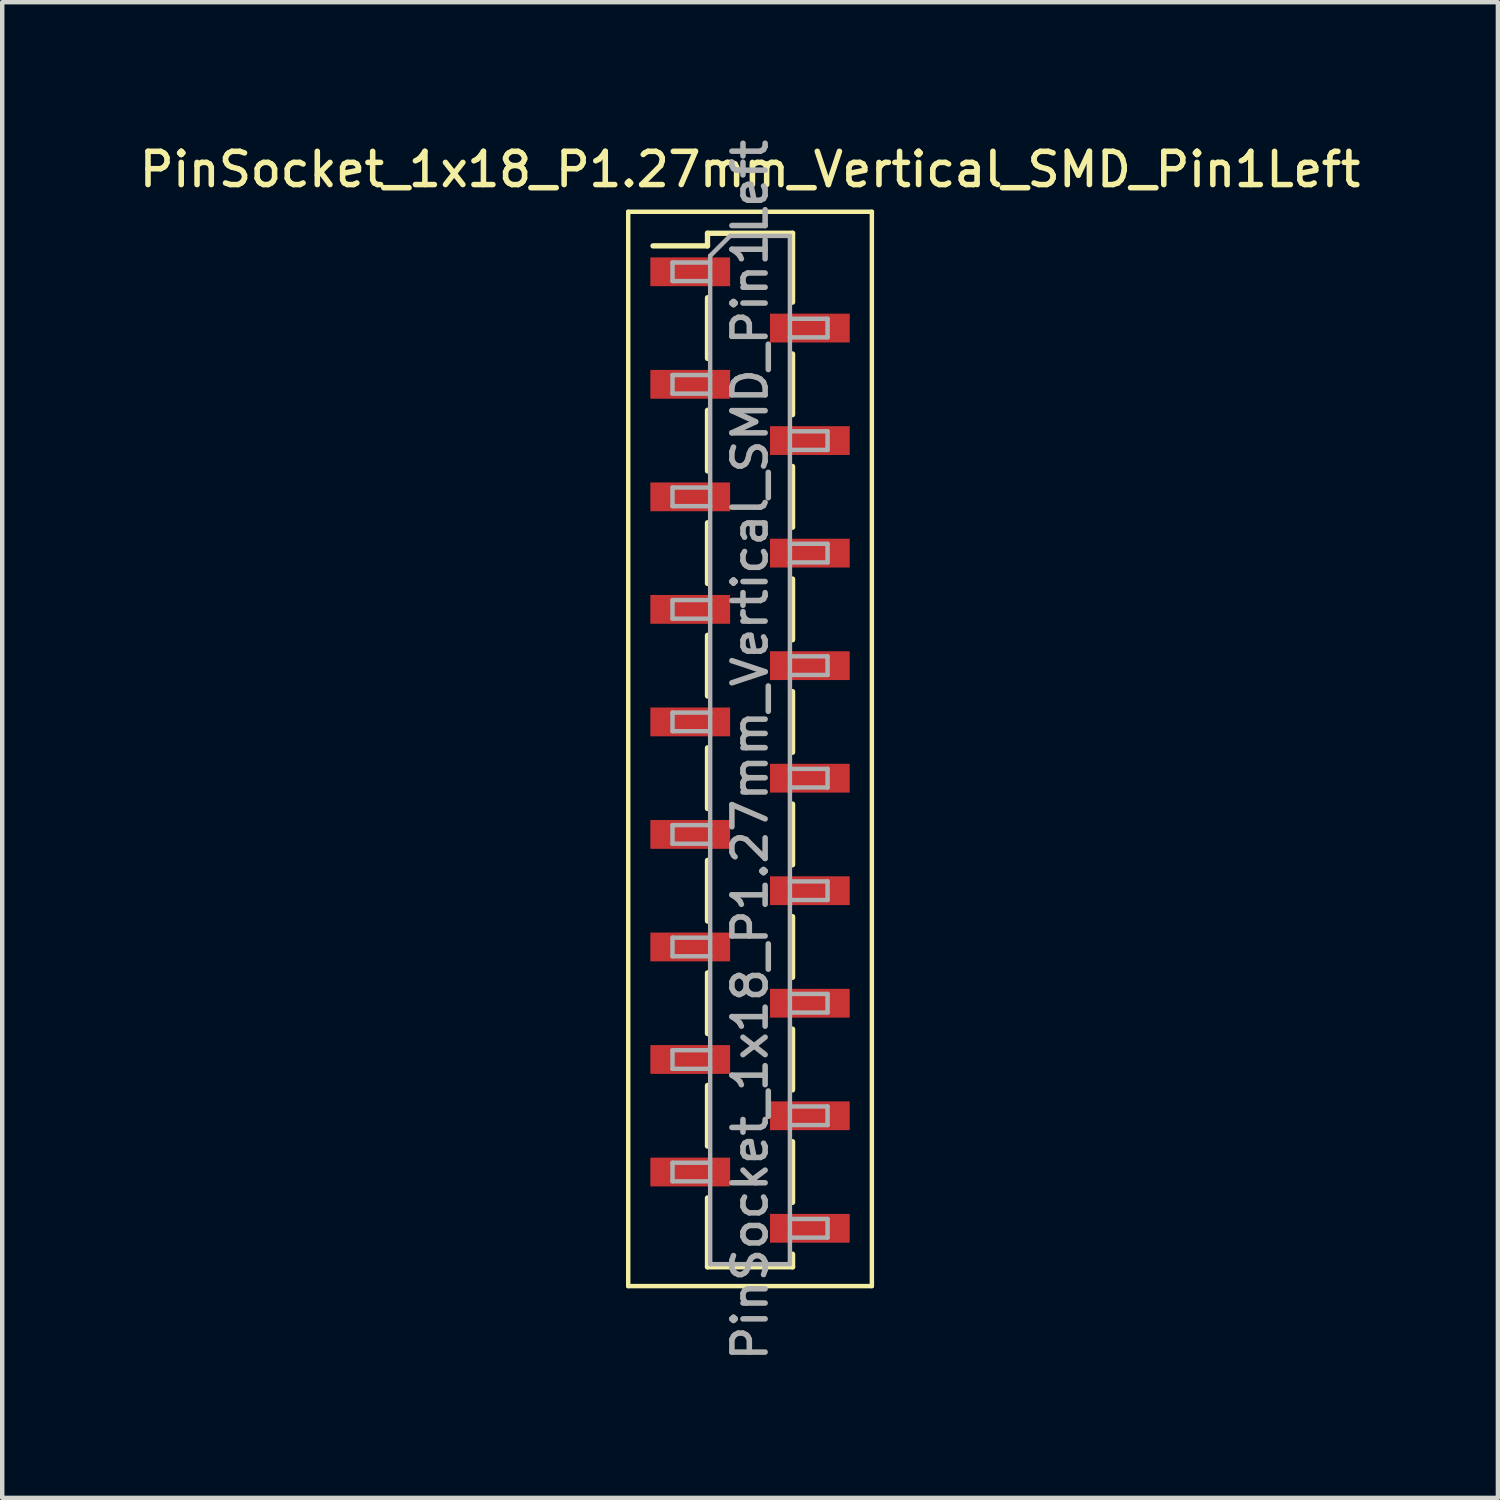
<source format=kicad_pcb>
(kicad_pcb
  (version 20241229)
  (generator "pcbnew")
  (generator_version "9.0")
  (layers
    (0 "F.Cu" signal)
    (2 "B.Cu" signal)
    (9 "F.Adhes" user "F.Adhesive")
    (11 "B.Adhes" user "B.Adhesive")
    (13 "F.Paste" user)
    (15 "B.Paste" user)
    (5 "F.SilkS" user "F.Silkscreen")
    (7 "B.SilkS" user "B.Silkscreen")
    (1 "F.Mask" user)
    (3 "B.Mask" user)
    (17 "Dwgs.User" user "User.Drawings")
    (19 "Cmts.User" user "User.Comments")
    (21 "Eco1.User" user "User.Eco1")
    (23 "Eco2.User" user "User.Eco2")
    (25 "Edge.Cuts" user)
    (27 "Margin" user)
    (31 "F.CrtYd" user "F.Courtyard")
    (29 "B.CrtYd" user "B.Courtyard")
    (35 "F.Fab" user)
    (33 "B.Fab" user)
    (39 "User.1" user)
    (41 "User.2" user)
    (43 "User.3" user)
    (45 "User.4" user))
  (footprint "PinSocket_1x18_P1.27mm_Vertical_SMD_Pin1Left"
    (layer "F.Cu")
    (at 13.88 13.88)
    (property "Reference" "PinSocket_1x18_P1.27mm_Vertical_SMD_Pin1Left" (at 0 -13.105 0) (layer "F.SilkS") (effects (font (size 0.75 0.75) (thickness 0.125))))
    (attr smd)
    (fp_line (start -2.75 -12.15) (end 2.75 -12.15) (stroke (width 0.1) (type solid)) (layer "F.SilkS"))
    (fp_line (start -2.75 12.1) (end -2.75 -12.15) (stroke (width 0.1) (type solid)) (layer "F.SilkS"))
    (fp_line (start -2.19 -11.38) (end -0.96 -11.38) (stroke (width 0.12) (type solid)) (layer "F.SilkS"))
    (fp_line (start -0.96 -11.665) (end -0.96 -11.38) (stroke (width 0.12) (type solid)) (layer "F.SilkS"))
    (fp_line (start -0.96 -11.665) (end 0.96 -11.665) (stroke (width 0.12) (type solid)) (layer "F.SilkS"))
    (fp_line (start -0.96 -10.21) (end -0.96 -8.84) (stroke (width 0.12) (type solid)) (layer "F.SilkS"))
    (fp_line (start -0.96 -7.67) (end -0.96 -6.3) (stroke (width 0.12) (type solid)) (layer "F.SilkS"))
    (fp_line (start -0.96 -5.13) (end -0.96 -3.76) (stroke (width 0.12) (type solid)) (layer "F.SilkS"))
    (fp_line (start -0.96 -2.59) (end -0.96 -1.22) (stroke (width 0.12) (type solid)) (layer "F.SilkS"))
    (fp_line (start -0.96 -0.05) (end -0.96 1.32) (stroke (width 0.12) (type solid)) (layer "F.SilkS"))
    (fp_line (start -0.96 2.49) (end -0.96 3.86) (stroke (width 0.12) (type solid)) (layer "F.SilkS"))
    (fp_line (start -0.96 5.03) (end -0.96 6.4) (stroke (width 0.12) (type solid)) (layer "F.SilkS"))
    (fp_line (start -0.96 7.57) (end -0.96 8.94) (stroke (width 0.12) (type solid)) (layer "F.SilkS"))
    (fp_line (start -0.96 10.11) (end -0.96 11.665) (stroke (width 0.12) (type solid)) (layer "F.SilkS"))
    (fp_line (start -0.96 11.665) (end 0.96 11.665) (stroke (width 0.12) (type solid)) (layer "F.SilkS"))
    (fp_line (start 0.96 -11.665) (end 0.96 -10.11) (stroke (width 0.12) (type solid)) (layer "F.SilkS"))
    (fp_line (start 0.96 -8.94) (end 0.96 -7.57) (stroke (width 0.12) (type solid)) (layer "F.SilkS"))
    (fp_line (start 0.96 -6.4) (end 0.96 -5.03) (stroke (width 0.12) (type solid)) (layer "F.SilkS"))
    (fp_line (start 0.96 -3.86) (end 0.96 -2.49) (stroke (width 0.12) (type solid)) (layer "F.SilkS"))
    (fp_line (start 0.96 -1.32) (end 0.96 0.05) (stroke (width 0.12) (type solid)) (layer "F.SilkS"))
    (fp_line (start 0.96 1.22) (end 0.96 2.59) (stroke (width 0.12) (type solid)) (layer "F.SilkS"))
    (fp_line (start 0.96 3.76) (end 0.96 5.13) (stroke (width 0.12) (type solid)) (layer "F.SilkS"))
    (fp_line (start 0.96 6.3) (end 0.96 7.67) (stroke (width 0.12) (type solid)) (layer "F.SilkS"))
    (fp_line (start 0.96 8.84) (end 0.96 10.21) (stroke (width 0.12) (type solid)) (layer "F.SilkS"))
    (fp_line (start 0.96 11.38) (end 0.96 11.665) (stroke (width 0.12) (type solid)) (layer "F.SilkS"))
    (fp_line (start 2.75 -12.15) (end 2.75 12.1) (stroke (width 0.1) (type solid)) (layer "F.SilkS"))
    (fp_line (start 2.75 12.1) (end -2.75 12.1) (stroke (width 0.1) (type solid)) (layer "F.SilkS"))
    (fp_line (start -1.75 -11.005) (end -0.9 -11.005) (stroke (width 0.1) (type solid)) (layer "F.Fab"))
    (fp_line (start -1.75 -10.585) (end -1.75 -11.005) (stroke (width 0.1) (type solid)) (layer "F.Fab"))
    (fp_line (start -1.75 -8.465) (end -0.9 -8.465) (stroke (width 0.1) (type solid)) (layer "F.Fab"))
    (fp_line (start -1.75 -8.045) (end -1.75 -8.465) (stroke (width 0.1) (type solid)) (layer "F.Fab"))
    (fp_line (start -1.75 -5.925) (end -0.9 -5.925) (stroke (width 0.1) (type solid)) (layer "F.Fab"))
    (fp_line (start -1.75 -5.505) (end -1.75 -5.925) (stroke (width 0.1) (type solid)) (layer "F.Fab"))
    (fp_line (start -1.75 -3.385) (end -0.9 -3.385) (stroke (width 0.1) (type solid)) (layer "F.Fab"))
    (fp_line (start -1.75 -2.965) (end -1.75 -3.385) (stroke (width 0.1) (type solid)) (layer "F.Fab"))
    (fp_line (start -1.75 -0.845) (end -0.9 -0.845) (stroke (width 0.1) (type solid)) (layer "F.Fab"))
    (fp_line (start -1.75 -0.425) (end -1.75 -0.845) (stroke (width 0.1) (type solid)) (layer "F.Fab"))
    (fp_line (start -1.75 1.695) (end -0.9 1.695) (stroke (width 0.1) (type solid)) (layer "F.Fab"))
    (fp_line (start -1.75 2.115) (end -1.75 1.695) (stroke (width 0.1) (type solid)) (layer "F.Fab"))
    (fp_line (start -1.75 4.235) (end -0.9 4.235) (stroke (width 0.1) (type solid)) (layer "F.Fab"))
    (fp_line (start -1.75 4.655) (end -1.75 4.235) (stroke (width 0.1) (type solid)) (layer "F.Fab"))
    (fp_line (start -1.75 6.775) (end -0.9 6.775) (stroke (width 0.1) (type solid)) (layer "F.Fab"))
    (fp_line (start -1.75 7.195) (end -1.75 6.775) (stroke (width 0.1) (type solid)) (layer "F.Fab"))
    (fp_line (start -1.75 9.315) (end -0.9 9.315) (stroke (width 0.1) (type solid)) (layer "F.Fab"))
    (fp_line (start -1.75 9.735) (end -1.75 9.315) (stroke (width 0.1) (type solid)) (layer "F.Fab"))
    (fp_line (start -0.9 -11.155) (end -0.45 -11.605) (stroke (width 0.1) (type solid)) (layer "F.Fab"))
    (fp_line (start -0.9 -10.585) (end -1.75 -10.585) (stroke (width 0.1) (type solid)) (layer "F.Fab"))
    (fp_line (start -0.9 -8.045) (end -1.75 -8.045) (stroke (width 0.1) (type solid)) (layer "F.Fab"))
    (fp_line (start -0.9 -5.505) (end -1.75 -5.505) (stroke (width 0.1) (type solid)) (layer "F.Fab"))
    (fp_line (start -0.9 -2.965) (end -1.75 -2.965) (stroke (width 0.1) (type solid)) (layer "F.Fab"))
    (fp_line (start -0.9 -0.425) (end -1.75 -0.425) (stroke (width 0.1) (type solid)) (layer "F.Fab"))
    (fp_line (start -0.9 2.115) (end -1.75 2.115) (stroke (width 0.1) (type solid)) (layer "F.Fab"))
    (fp_line (start -0.9 4.655) (end -1.75 4.655) (stroke (width 0.1) (type solid)) (layer "F.Fab"))
    (fp_line (start -0.9 7.195) (end -1.75 7.195) (stroke (width 0.1) (type solid)) (layer "F.Fab"))
    (fp_line (start -0.9 9.735) (end -1.75 9.735) (stroke (width 0.1) (type solid)) (layer "F.Fab"))
    (fp_line (start -0.9 11.605) (end -0.9 -11.155) (stroke (width 0.1) (type solid)) (layer "F.Fab"))
    (fp_line (start -0.45 -11.605) (end 0.9 -11.605) (stroke (width 0.1) (type solid)) (layer "F.Fab"))
    (fp_line (start 0.9 -11.605) (end 0.9 11.605) (stroke (width 0.1) (type solid)) (layer "F.Fab"))
    (fp_line (start 0.9 -9.735) (end 1.75 -9.735) (stroke (width 0.1) (type solid)) (layer "F.Fab"))
    (fp_line (start 0.9 -7.195) (end 1.75 -7.195) (stroke (width 0.1) (type solid)) (layer "F.Fab"))
    (fp_line (start 0.9 -4.655) (end 1.75 -4.655) (stroke (width 0.1) (type solid)) (layer "F.Fab"))
    (fp_line (start 0.9 -2.115) (end 1.75 -2.115) (stroke (width 0.1) (type solid)) (layer "F.Fab"))
    (fp_line (start 0.9 0.425) (end 1.75 0.425) (stroke (width 0.1) (type solid)) (layer "F.Fab"))
    (fp_line (start 0.9 2.965) (end 1.75 2.965) (stroke (width 0.1) (type solid)) (layer "F.Fab"))
    (fp_line (start 0.9 5.505) (end 1.75 5.505) (stroke (width 0.1) (type solid)) (layer "F.Fab"))
    (fp_line (start 0.9 8.045) (end 1.75 8.045) (stroke (width 0.1) (type solid)) (layer "F.Fab"))
    (fp_line (start 0.9 10.585) (end 1.75 10.585) (stroke (width 0.1) (type solid)) (layer "F.Fab"))
    (fp_line (start 0.9 11.605) (end -0.9 11.605) (stroke (width 0.1) (type solid)) (layer "F.Fab"))
    (fp_line (start 1.75 -9.735) (end 1.75 -9.315) (stroke (width 0.1) (type solid)) (layer "F.Fab"))
    (fp_line (start 1.75 -9.315) (end 0.9 -9.315) (stroke (width 0.1) (type solid)) (layer "F.Fab"))
    (fp_line (start 1.75 -7.195) (end 1.75 -6.775) (stroke (width 0.1) (type solid)) (layer "F.Fab"))
    (fp_line (start 1.75 -6.775) (end 0.9 -6.775) (stroke (width 0.1) (type solid)) (layer "F.Fab"))
    (fp_line (start 1.75 -4.655) (end 1.75 -4.235) (stroke (width 0.1) (type solid)) (layer "F.Fab"))
    (fp_line (start 1.75 -4.235) (end 0.9 -4.235) (stroke (width 0.1) (type solid)) (layer "F.Fab"))
    (fp_line (start 1.75 -2.115) (end 1.75 -1.695) (stroke (width 0.1) (type solid)) (layer "F.Fab"))
    (fp_line (start 1.75 -1.695) (end 0.9 -1.695) (stroke (width 0.1) (type solid)) (layer "F.Fab"))
    (fp_line (start 1.75 0.425) (end 1.75 0.845) (stroke (width 0.1) (type solid)) (layer "F.Fab"))
    (fp_line (start 1.75 0.845) (end 0.9 0.845) (stroke (width 0.1) (type solid)) (layer "F.Fab"))
    (fp_line (start 1.75 2.965) (end 1.75 3.385) (stroke (width 0.1) (type solid)) (layer "F.Fab"))
    (fp_line (start 1.75 3.385) (end 0.9 3.385) (stroke (width 0.1) (type solid)) (layer "F.Fab"))
    (fp_line (start 1.75 5.505) (end 1.75 5.925) (stroke (width 0.1) (type solid)) (layer "F.Fab"))
    (fp_line (start 1.75 5.925) (end 0.9 5.925) (stroke (width 0.1) (type solid)) (layer "F.Fab"))
    (fp_line (start 1.75 8.045) (end 1.75 8.465) (stroke (width 0.1) (type solid)) (layer "F.Fab"))
    (fp_line (start 1.75 8.465) (end 0.9 8.465) (stroke (width 0.1) (type solid)) (layer "F.Fab"))
    (fp_line (start 1.75 10.585) (end 1.75 11.005) (stroke (width 0.1) (type solid)) (layer "F.Fab"))
    (fp_line (start 1.75 11.005) (end 0.9 11.005) (stroke (width 0.1) (type solid)) (layer "F.Fab"))
    (fp_text user "${REFERENCE}" (at 0 0 90) (layer "F.Fab") (effects (font (size 0.75 0.75) (thickness 0.125))))
    (pad "1" smd rect (at -1.35 -10.795) (size 1.8 0.65) (layers "F.Cu" "F.Mask" "F.Paste"))
    (pad "2" smd rect (at 1.35 -9.525) (size 1.8 0.65) (layers "F.Cu" "F.Mask" "F.Paste"))
    (pad "3" smd rect (at -1.35 -8.255) (size 1.8 0.65) (layers "F.Cu" "F.Mask" "F.Paste"))
    (pad "4" smd rect (at 1.35 -6.985) (size 1.8 0.65) (layers "F.Cu" "F.Mask" "F.Paste"))
    (pad "5" smd rect (at -1.35 -5.715) (size 1.8 0.65) (layers "F.Cu" "F.Mask" "F.Paste"))
    (pad "6" smd rect (at 1.35 -4.445) (size 1.8 0.65) (layers "F.Cu" "F.Mask" "F.Paste"))
    (pad "7" smd rect (at -1.35 -3.175) (size 1.8 0.65) (layers "F.Cu" "F.Mask" "F.Paste"))
    (pad "8" smd rect (at 1.35 -1.905) (size 1.8 0.65) (layers "F.Cu" "F.Mask" "F.Paste"))
    (pad "9" smd rect (at -1.35 -0.635) (size 1.8 0.65) (layers "F.Cu" "F.Mask" "F.Paste"))
    (pad "10" smd rect (at 1.35 0.635) (size 1.8 0.65) (layers "F.Cu" "F.Mask" "F.Paste"))
    (pad "11" smd rect (at -1.35 1.905) (size 1.8 0.65) (layers "F.Cu" "F.Mask" "F.Paste"))
    (pad "12" smd rect (at 1.35 3.175) (size 1.8 0.65) (layers "F.Cu" "F.Mask" "F.Paste"))
    (pad "13" smd rect (at -1.35 4.445) (size 1.8 0.65) (layers "F.Cu" "F.Mask" "F.Paste"))
    (pad "14" smd rect (at 1.35 5.715) (size 1.8 0.65) (layers "F.Cu" "F.Mask" "F.Paste"))
    (pad "15" smd rect (at -1.35 6.985) (size 1.8 0.65) (layers "F.Cu" "F.Mask" "F.Paste"))
    (pad "16" smd rect (at 1.35 8.255) (size 1.8 0.65) (layers "F.Cu" "F.Mask" "F.Paste"))
    (pad "17" smd rect (at -1.35 9.525) (size 1.8 0.65) (layers "F.Cu" "F.Mask" "F.Paste"))
    (pad "18" smd rect (at 1.35 10.795) (size 1.8 0.65) (layers "F.Cu" "F.Mask" "F.Paste")))
  (gr_rect
    (start -3 -3)
    (end 30.761 30.761)
    (stroke (width 0.1) (type default))
    (fill no)
    (layer "Edge.Cuts")))
</source>
